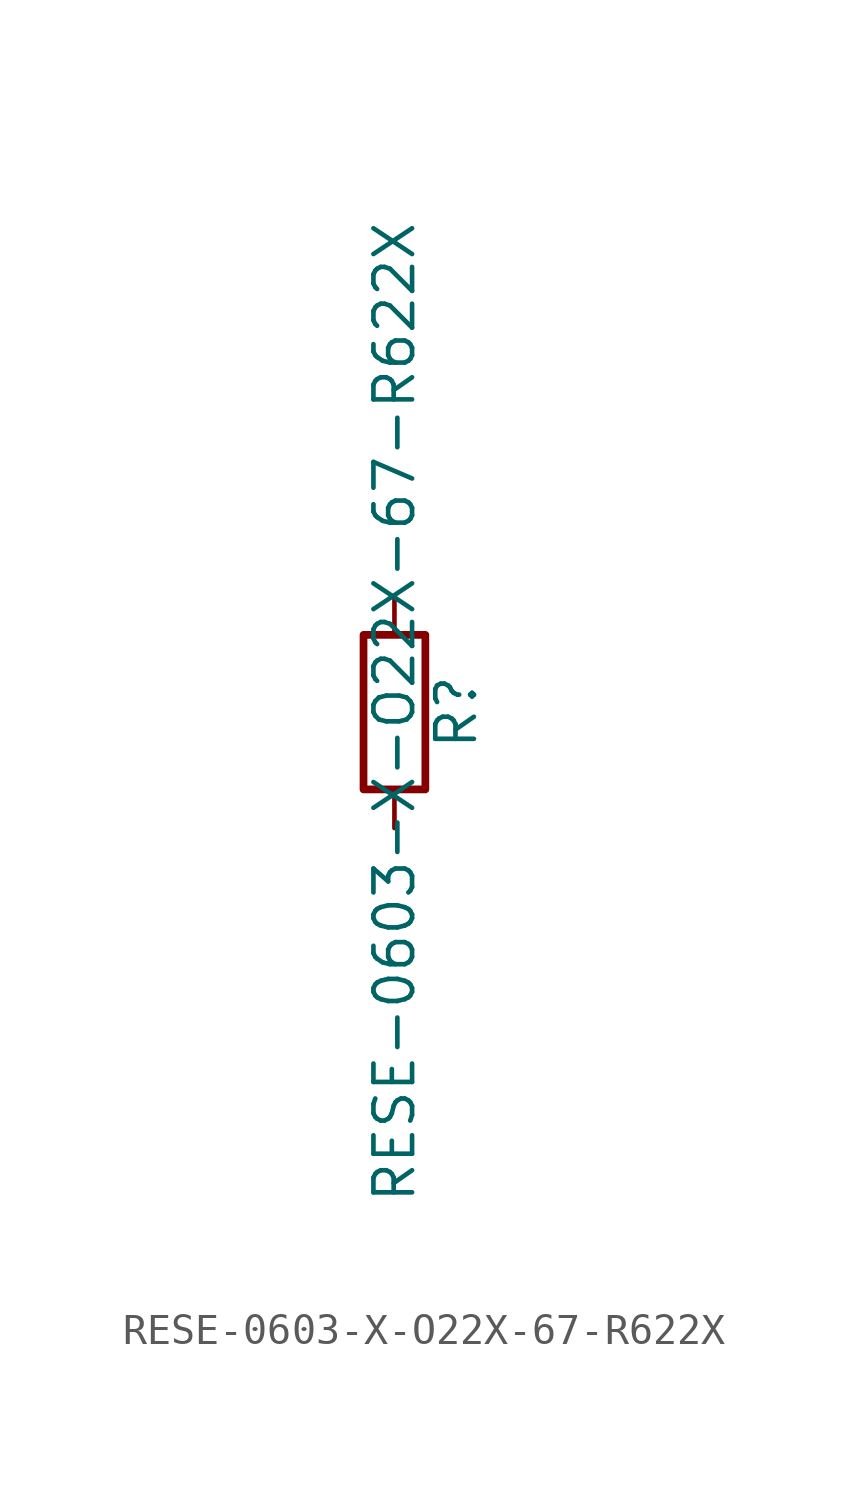
<source format=kicad_sym>
(kicad_symbol_lib
  (version 20211014)
  (generator kicad_symbol_editor)
  (symbol "RESE-0603-X-O22X-67-R622X"
    (pin_numbers hide)
    (pin_names
      (offset 0))
    (property "Reference" "R"
      (at 2.032 0 90)
      (effects (font (size 1.27 1.27))))
    (property "Value" "RESE-0603-X-O22X-67-R622X"
      (at 0 0 90)
      (effects (font (size 1.27 1.27))))
    (symbol "RESE-0603-X-O22X-67-R622X_0_1"
      (rectangle (start -1.016 -2.54) (end 1.016 2.54) (stroke (width 0.254) (type default) (color 0 0 0 0)) (fill (type none))))
    (symbol "RESE-0603-X-O22X-67-R622X_1_1"
      (pin passive line (at 0 3.81 270) (length 1.27) (name "~" (effects (font (size 1.27 1.27)))) (number "1" (effects (font (size 1.27 1.27)))))
      (pin passive line (at 0 -3.81 90) (length 1.27) (name "~" (effects (font (size 1.27 1.27)))) (number "2" (effects (font (size 1.27 1.27))))))))
</source>
